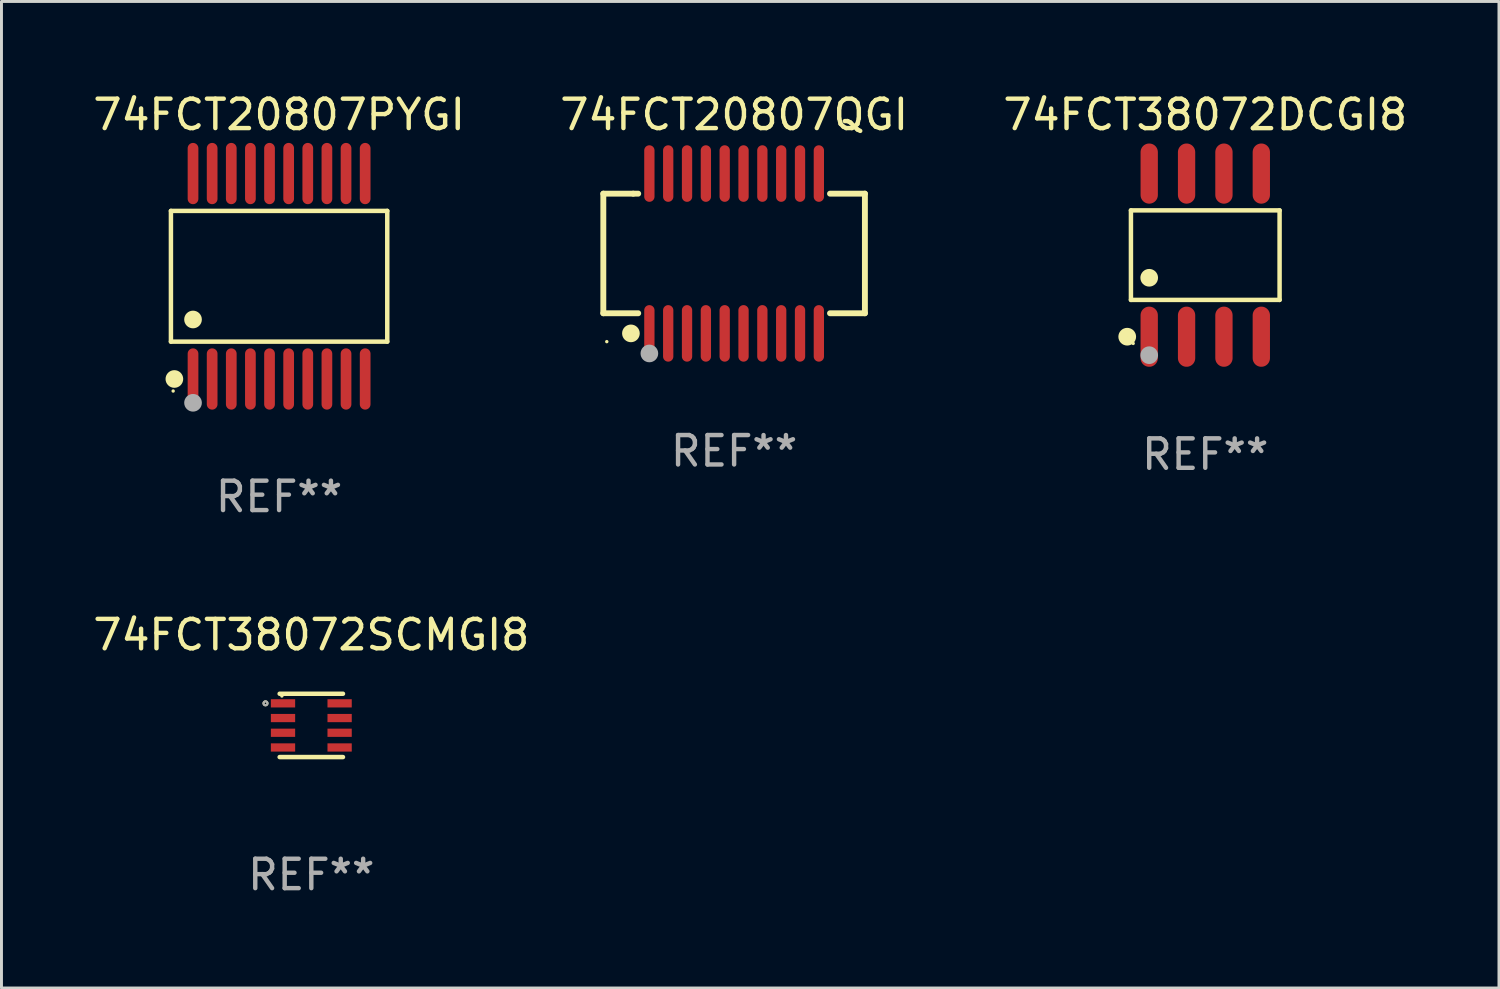
<source format=kicad_pcb>
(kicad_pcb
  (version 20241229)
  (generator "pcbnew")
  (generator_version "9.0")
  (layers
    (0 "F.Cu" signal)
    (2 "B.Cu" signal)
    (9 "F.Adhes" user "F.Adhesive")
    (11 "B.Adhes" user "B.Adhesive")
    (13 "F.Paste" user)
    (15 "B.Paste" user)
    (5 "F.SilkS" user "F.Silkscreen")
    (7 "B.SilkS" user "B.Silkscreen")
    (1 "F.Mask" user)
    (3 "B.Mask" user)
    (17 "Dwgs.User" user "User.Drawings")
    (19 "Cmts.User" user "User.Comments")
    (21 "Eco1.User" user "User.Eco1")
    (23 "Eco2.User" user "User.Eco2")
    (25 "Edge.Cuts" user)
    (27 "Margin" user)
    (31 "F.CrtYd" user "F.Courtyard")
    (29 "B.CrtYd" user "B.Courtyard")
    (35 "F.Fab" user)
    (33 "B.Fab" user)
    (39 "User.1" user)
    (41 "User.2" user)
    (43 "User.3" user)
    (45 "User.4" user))
  (footprint "74FCT38072DCGI8"
    (layer "F.Cu")
    (at 37.911 5.621)
    (property "Reference" "74FCT38072DCGI8" (at 0 -4.772 0) (layer "F.SilkS") (effects (font (size 1 1) (thickness 0.15))))
    (attr through_hole)
    (fp_line (start -2.526 -1.521) (end 2.526 -1.521) (stroke (width 0.152) (type solid)) (layer "F.SilkS"))
    (fp_line (start -2.526 1.521) (end -2.526 -1.521) (stroke (width 0.152) (type solid)) (layer "F.SilkS"))
    (fp_line (start 2.526 -1.521) (end 2.526 1.521) (stroke (width 0.152) (type solid)) (layer "F.SilkS"))
    (fp_line (start 2.526 1.521) (end -2.526 1.521) (stroke (width 0.152) (type solid)) (layer "F.SilkS"))
    (fp_circle (center -2.652 2.772) (end -2.501 2.772) (stroke (width 0.3) (type solid)) (fill no) (layer "F.SilkS"))
    (fp_circle (center -2.45 3) (end -2.42 3) (stroke (width 0.06) (type solid)) (fill no) (layer "F.SilkS"))
    (fp_circle (center -1.905 0.769) (end -1.755 0.769) (stroke (width 0.3) (type solid)) (fill no) (layer "F.SilkS"))
    (fp_circle (center -1.905 3.4) (end -1.755 3.4) (stroke (width 0.3) (type solid)) (fill no) (layer "F.Fab"))
    (fp_text user "REF**" (at 0 6.772 0) (layer "F.Fab") (effects (font (size 1 1) (thickness 0.15))))
    (pad "1" smd oval (at -1.905 2.772) (size 0.588 2.045) (layers "F.Cu" "F.Mask" "F.Paste"))
    (pad "2" smd oval (at -0.635 2.772) (size 0.588 2.045) (layers "F.Cu" "F.Mask" "F.Paste"))
    (pad "3" smd oval (at 0.635 2.772) (size 0.588 2.045) (layers "F.Cu" "F.Mask" "F.Paste"))
    (pad "4" smd oval (at 1.905 2.772) (size 0.588 2.045) (layers "F.Cu" "F.Mask" "F.Paste"))
    (pad "5" smd oval (at 1.905 -2.772) (size 0.588 2.045) (layers "F.Cu" "F.Mask" "F.Paste"))
    (pad "6" smd oval (at 0.635 -2.772) (size 0.588 2.045) (layers "F.Cu" "F.Mask" "F.Paste"))
    (pad "7" smd oval (at -0.635 -2.772) (size 0.588 2.045) (layers "F.Cu" "F.Mask" "F.Paste"))
    (pad "8" smd oval (at -1.905 -2.772) (size 0.588 2.045) (layers "F.Cu" "F.Mask" "F.Paste")))
  (footprint "74FCT38072SCMGI8"
    (layer "F.Cu")
    (at 7.53 21.603)
    (property "Reference" "74FCT38072SCMGI8" (at 0 -3.076 0) (layer "F.SilkS") (effects (font (size 1 1) (thickness 0.15))))
    (attr through_hole)
    (fp_line (start -1.076 -1.076) (end 1.076 -1.076) (stroke (width 0.152) (type solid)) (layer "F.SilkS"))
    (fp_line (start -1.076 1.076) (end 1.076 1.076) (stroke (width 0.152) (type solid)) (layer "F.SilkS"))
    (fp_circle (center -1.557 -0.75) (end -1.523 -0.75) (stroke (width 0.069) (type solid)) (fill no) (layer "F.SilkS"))
    (fp_circle (center -1 -1) (end -0.97 -1) (stroke (width 0.06) (type solid)) (fill no) (layer "F.SilkS"))
    (fp_circle (center -1.557 -0.75) (end -1.523 -0.75) (stroke (width 0.069) (type solid)) (fill no) (layer "F.Fab"))
    (fp_text user "REF**" (at 0 5.076 0) (layer "F.Fab") (effects (font (size 1 1) (thickness 0.15))))
    (pad "1" smd rect (at -0.962 -0.75) (size 0.825 0.28) (layers "F.Cu" "F.Mask" "F.Paste"))
    (pad "2" smd rect (at -0.962 -0.25) (size 0.825 0.28) (layers "F.Cu" "F.Mask" "F.Paste"))
    (pad "3" smd rect (at -0.962 0.25) (size 0.825 0.28) (layers "F.Cu" "F.Mask" "F.Paste"))
    (pad "4" smd rect (at -0.962 0.75) (size 0.825 0.28) (layers "F.Cu" "F.Mask" "F.Paste"))
    (pad "5" smd rect (at 0.962 0.75) (size 0.825 0.28) (layers "F.Cu" "F.Mask" "F.Paste"))
    (pad "6" smd rect (at 0.962 0.25) (size 0.825 0.28) (layers "F.Cu" "F.Mask" "F.Paste"))
    (pad "7" smd rect (at 0.962 -0.25) (size 0.825 0.28) (layers "F.Cu" "F.Mask" "F.Paste"))
    (pad "8" smd rect (at 0.962 -0.75) (size 0.825 0.28) (layers "F.Cu" "F.Mask" "F.Paste")))
  (footprint "74FCT20807QGI"
    (layer "F.Cu")
    (at 21.899 5.564)
    (property "Reference" "74FCT20807QGI" (at 0 -4.716 0) (layer "F.SilkS") (effects (font (size 1 1) (thickness 0.15))))
    (attr through_hole)
    (fp_line (start -4.445 -2.032) (end -4.445 2.032) (stroke (width 0.2) (type solid)) (layer "F.SilkS"))
    (fp_line (start -4.445 2.032) (end -3.259 2.032) (stroke (width 0.2) (type solid)) (layer "F.SilkS"))
    (fp_line (start -3.429 -2.032) (end -4.445 -2.032) (stroke (width 0.2) (type solid)) (layer "F.SilkS"))
    (fp_line (start -3.259 -2.032) (end -3.429 -2.032) (stroke (width 0.2) (type solid)) (layer "F.SilkS"))
    (fp_line (start 3.259 2.032) (end 4.445 2.032) (stroke (width 0.2) (type solid)) (layer "F.SilkS"))
    (fp_line (start 4.445 -2.032) (end 3.259 -2.032) (stroke (width 0.2) (type solid)) (layer "F.SilkS"))
    (fp_line (start 4.445 2.032) (end 4.445 -2.032) (stroke (width 0.2) (type solid)) (layer "F.SilkS"))
    (fp_circle (center -4.327 2.997) (end -4.297 2.997) (stroke (width 0.06) (type solid)) (fill no) (layer "F.SilkS"))
    (fp_circle (center -3.507 2.716) (end -3.357 2.716) (stroke (width 0.3) (type solid)) (fill no) (layer "F.SilkS"))
    (fp_circle (center -2.88 3.398) (end -2.73 3.398) (stroke (width 0.3) (type solid)) (fill no) (layer "F.Fab"))
    (fp_text user "REF**" (at 0 6.716 0) (layer "F.Fab") (effects (font (size 1 1) (thickness 0.15))))
    (pad "1" smd oval (at -2.88 2.716) (size 0.35 1.922) (layers "F.Cu" "F.Mask" "F.Paste"))
    (pad "2" smd oval (at -2.24 2.716) (size 0.35 1.922) (layers "F.Cu" "F.Mask" "F.Paste"))
    (pad "3" smd oval (at -1.6 2.716) (size 0.35 1.922) (layers "F.Cu" "F.Mask" "F.Paste"))
    (pad "4" smd oval (at -0.96 2.716) (size 0.35 1.922) (layers "F.Cu" "F.Mask" "F.Paste"))
    (pad "5" smd oval (at -0.32 2.716) (size 0.35 1.922) (layers "F.Cu" "F.Mask" "F.Paste"))
    (pad "6" smd oval (at 0.32 2.716) (size 0.35 1.922) (layers "F.Cu" "F.Mask" "F.Paste"))
    (pad "7" smd oval (at 0.96 2.716) (size 0.35 1.922) (layers "F.Cu" "F.Mask" "F.Paste"))
    (pad "8" smd oval (at 1.6 2.716) (size 0.35 1.922) (layers "F.Cu" "F.Mask" "F.Paste"))
    (pad "9" smd oval (at 2.24 2.716) (size 0.35 1.922) (layers "F.Cu" "F.Mask" "F.Paste"))
    (pad "10" smd oval (at 2.88 2.716) (size 0.35 1.922) (layers "F.Cu" "F.Mask" "F.Paste"))
    (pad "11" smd oval (at 2.88 -2.716) (size 0.35 1.922) (layers "F.Cu" "F.Mask" "F.Paste"))
    (pad "12" smd oval (at 2.24 -2.716) (size 0.35 1.922) (layers "F.Cu" "F.Mask" "F.Paste"))
    (pad "13" smd oval (at 1.6 -2.716) (size 0.35 1.922) (layers "F.Cu" "F.Mask" "F.Paste"))
    (pad "14" smd oval (at 0.96 -2.716) (size 0.35 1.922) (layers "F.Cu" "F.Mask" "F.Paste"))
    (pad "15" smd oval (at 0.32 -2.716) (size 0.35 1.922) (layers "F.Cu" "F.Mask" "F.Paste"))
    (pad "16" smd oval (at -0.32 -2.716) (size 0.35 1.922) (layers "F.Cu" "F.Mask" "F.Paste"))
    (pad "17" smd oval (at -0.96 -2.716) (size 0.35 1.922) (layers "F.Cu" "F.Mask" "F.Paste"))
    (pad "18" smd oval (at -1.6 -2.716) (size 0.35 1.922) (layers "F.Cu" "F.Mask" "F.Paste"))
    (pad "19" smd oval (at -2.24 -2.716) (size 0.35 1.922) (layers "F.Cu" "F.Mask" "F.Paste"))
    (pad "20" smd oval (at -2.88 -2.716) (size 0.35 1.922) (layers "F.Cu" "F.Mask" "F.Paste")))
  (footprint "74FCT20807PYGI"
    (layer "F.Cu")
    (at 6.435 6.339)
    (property "Reference" "74FCT20807PYGI" (at 0 -5.491 0) (layer "F.SilkS") (effects (font (size 1 1) (thickness 0.15))))
    (attr through_hole)
    (fp_line (start -3.676 -2.221) (end 3.676 -2.221) (stroke (width 0.152) (type solid)) (layer "F.SilkS"))
    (fp_line (start -3.676 2.221) (end -3.676 -2.221) (stroke (width 0.152) (type solid)) (layer "F.SilkS"))
    (fp_line (start 3.676 -2.221) (end 3.676 2.221) (stroke (width 0.152) (type solid)) (layer "F.SilkS"))
    (fp_line (start 3.676 2.221) (end -3.676 2.221) (stroke (width 0.152) (type solid)) (layer "F.SilkS"))
    (fp_circle (center -3.6 3.9) (end -3.57 3.9) (stroke (width 0.06) (type solid)) (fill no) (layer "F.SilkS"))
    (fp_circle (center -3.559 3.491) (end -3.409 3.491) (stroke (width 0.3) (type solid)) (fill no) (layer "F.SilkS"))
    (fp_circle (center -2.925 1.469) (end -2.775 1.469) (stroke (width 0.3) (type solid)) (fill no) (layer "F.SilkS"))
    (fp_circle (center -2.925 4.3) (end -2.775 4.3) (stroke (width 0.3) (type solid)) (fill no) (layer "F.Fab"))
    (fp_text user "REF**" (at 0 7.491 0) (layer "F.Fab") (effects (font (size 1 1) (thickness 0.15))))
    (pad "1" smd oval (at -2.925 3.491) (size 0.364 2.082) (layers "F.Cu" "F.Mask" "F.Paste"))
    (pad "2" smd oval (at -2.275 3.491) (size 0.364 2.082) (layers "F.Cu" "F.Mask" "F.Paste"))
    (pad "3" smd oval (at -1.625 3.491) (size 0.364 2.082) (layers "F.Cu" "F.Mask" "F.Paste"))
    (pad "4" smd oval (at -0.975 3.491) (size 0.364 2.082) (layers "F.Cu" "F.Mask" "F.Paste"))
    (pad "5" smd oval (at -0.325 3.491) (size 0.364 2.082) (layers "F.Cu" "F.Mask" "F.Paste"))
    (pad "6" smd oval (at 0.325 3.491) (size 0.364 2.082) (layers "F.Cu" "F.Mask" "F.Paste"))
    (pad "7" smd oval (at 0.975 3.491) (size 0.364 2.082) (layers "F.Cu" "F.Mask" "F.Paste"))
    (pad "8" smd oval (at 1.625 3.491) (size 0.364 2.082) (layers "F.Cu" "F.Mask" "F.Paste"))
    (pad "9" smd oval (at 2.275 3.491) (size 0.364 2.082) (layers "F.Cu" "F.Mask" "F.Paste"))
    (pad "10" smd oval (at 2.925 3.491) (size 0.364 2.082) (layers "F.Cu" "F.Mask" "F.Paste"))
    (pad "11" smd oval (at 2.925 -3.491) (size 0.364 2.082) (layers "F.Cu" "F.Mask" "F.Paste"))
    (pad "12" smd oval (at 2.275 -3.491) (size 0.364 2.082) (layers "F.Cu" "F.Mask" "F.Paste"))
    (pad "13" smd oval (at 1.625 -3.491) (size 0.364 2.082) (layers "F.Cu" "F.Mask" "F.Paste"))
    (pad "14" smd oval (at 0.975 -3.491) (size 0.364 2.082) (layers "F.Cu" "F.Mask" "F.Paste"))
    (pad "15" smd oval (at 0.325 -3.491) (size 0.364 2.082) (layers "F.Cu" "F.Mask" "F.Paste"))
    (pad "16" smd oval (at -0.325 -3.491) (size 0.364 2.082) (layers "F.Cu" "F.Mask" "F.Paste"))
    (pad "17" smd oval (at -0.975 -3.491) (size 0.364 2.082) (layers "F.Cu" "F.Mask" "F.Paste"))
    (pad "18" smd oval (at -1.625 -3.491) (size 0.364 2.082) (layers "F.Cu" "F.Mask" "F.Paste"))
    (pad "19" smd oval (at -2.275 -3.491) (size 0.364 2.082) (layers "F.Cu" "F.Mask" "F.Paste"))
    (pad "20" smd oval (at -2.925 -3.491) (size 0.364 2.082) (layers "F.Cu" "F.Mask" "F.Paste")))
  (gr_rect
    (start -3 -3)
    (end 47.893 30.527)
    (stroke (width 0.1) (type default))
    (fill no)
    (layer "Edge.Cuts")))
</source>
